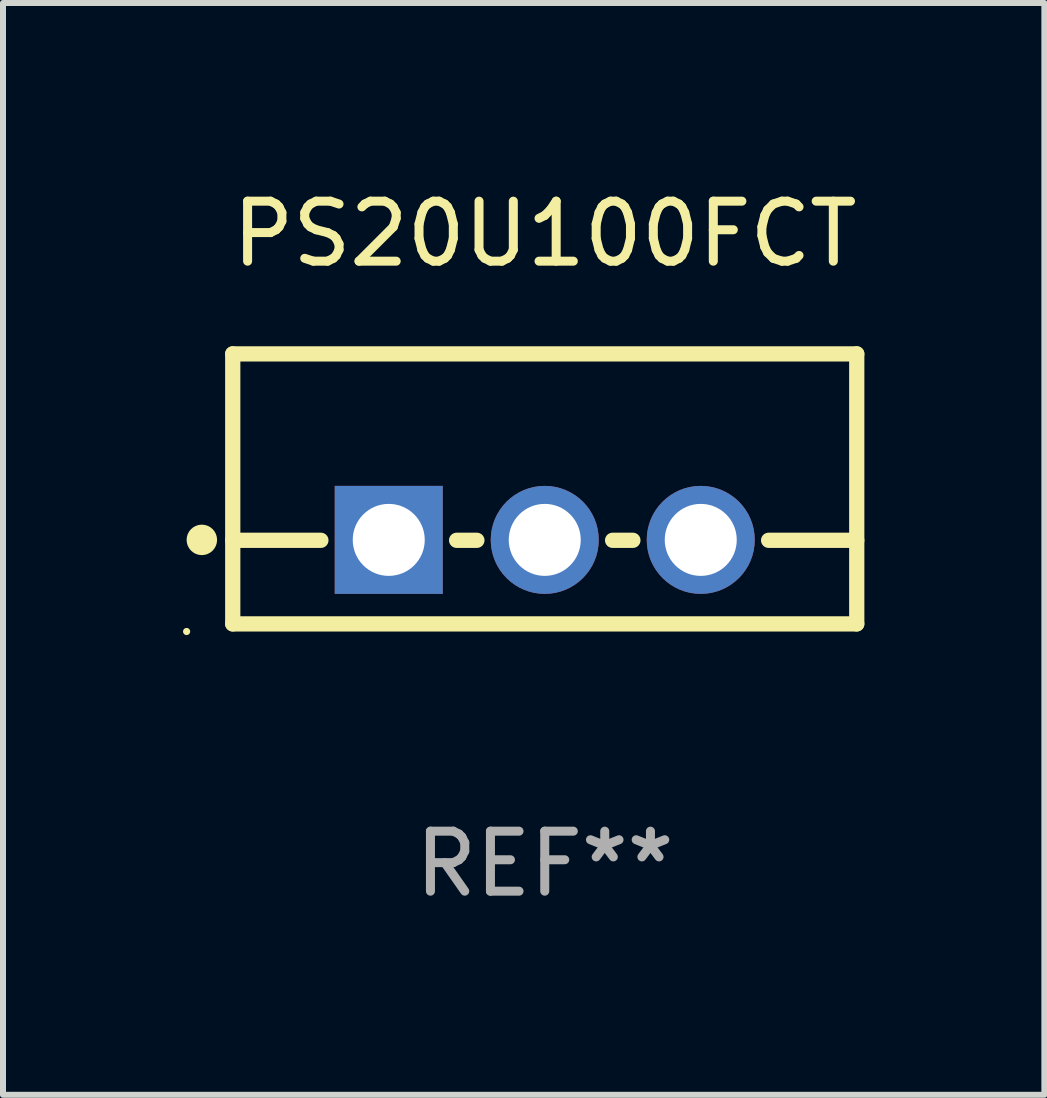
<source format=kicad_pcb>
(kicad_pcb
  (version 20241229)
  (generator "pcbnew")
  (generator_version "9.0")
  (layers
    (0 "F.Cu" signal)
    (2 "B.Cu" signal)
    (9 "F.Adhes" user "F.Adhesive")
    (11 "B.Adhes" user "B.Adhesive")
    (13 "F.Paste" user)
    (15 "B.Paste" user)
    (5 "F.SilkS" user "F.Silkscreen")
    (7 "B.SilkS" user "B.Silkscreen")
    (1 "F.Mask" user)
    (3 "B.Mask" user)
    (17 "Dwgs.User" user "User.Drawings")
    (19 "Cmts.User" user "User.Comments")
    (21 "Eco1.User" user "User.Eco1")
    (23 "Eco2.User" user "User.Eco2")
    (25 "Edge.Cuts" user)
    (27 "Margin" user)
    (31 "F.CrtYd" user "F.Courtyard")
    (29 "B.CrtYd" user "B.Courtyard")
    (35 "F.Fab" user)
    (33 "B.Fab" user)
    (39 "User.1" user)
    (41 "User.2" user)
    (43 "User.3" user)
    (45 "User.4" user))
  (footprint "PS20U100FCT"
    (layer "F.Cu")
    (at 6.029 5.098)
    (property "Reference" "PS20U100FCT" (at 0 -4.25 0) (layer "F.SilkS") (effects (font (size 1 1) (thickness 0.15))))
    (attr through_hole)
    (fp_line (start -5.2 -2.25) (end -5.2 2.25) (stroke (width 0.254) (type solid)) (layer "F.SilkS"))
    (fp_line (start -5.2 -2.25) (end 5.2 -2.25) (stroke (width 0.254) (type solid)) (layer "F.SilkS"))
    (fp_line (start -5.2 0.857) (end -3.731 0.857) (stroke (width 0.254) (type solid)) (layer "F.SilkS"))
    (fp_line (start -5.2 2.25) (end 5.2 2.25) (stroke (width 0.254) (type solid)) (layer "F.SilkS"))
    (fp_line (start -1.469 0.857) (end -1.131 0.857) (stroke (width 0.254) (type solid)) (layer "F.SilkS"))
    (fp_line (start 1.131 0.857) (end 1.469 0.857) (stroke (width 0.254) (type solid)) (layer "F.SilkS"))
    (fp_line (start 3.731 0.857) (end 5.2 0.857) (stroke (width 0.254) (type solid)) (layer "F.SilkS"))
    (fp_line (start 5.2 -2.25) (end 5.2 2.25) (stroke (width 0.254) (type solid)) (layer "F.SilkS"))
    (fp_circle (center -5.969 2.377) (end -5.939 2.377) (stroke (width 0.06) (type solid)) (fill no) (layer "F.SilkS"))
    (fp_circle (center -5.715 0.85) (end -5.588 0.85) (stroke (width 0.254) (type solid)) (fill no) (layer "F.SilkS"))
    (fp_text user "REF**" (at 0 6.25 0) (layer "F.Fab") (effects (font (size 1 1) (thickness 0.15))))
    (pad "1" thru_hole rect (at -2.6 0.85) (size 1.8 1.8) (drill 1.2) (layers "*.Cu" "*.Mask"))
    (pad "2" thru_hole circle (at 0 0.85) (size 1.8 1.8) (drill 1.2) (layers "*.Cu" "*.Mask"))
    (pad "3" thru_hole circle (at 2.6 0.85) (size 1.8 1.8) (drill 1.2) (layers "*.Cu" "*.Mask")))
  (gr_rect
    (start -3 -3)
    (end 14.356 15.197)
    (stroke (width 0.1) (type default))
    (fill no)
    (layer "Edge.Cuts")))
</source>
